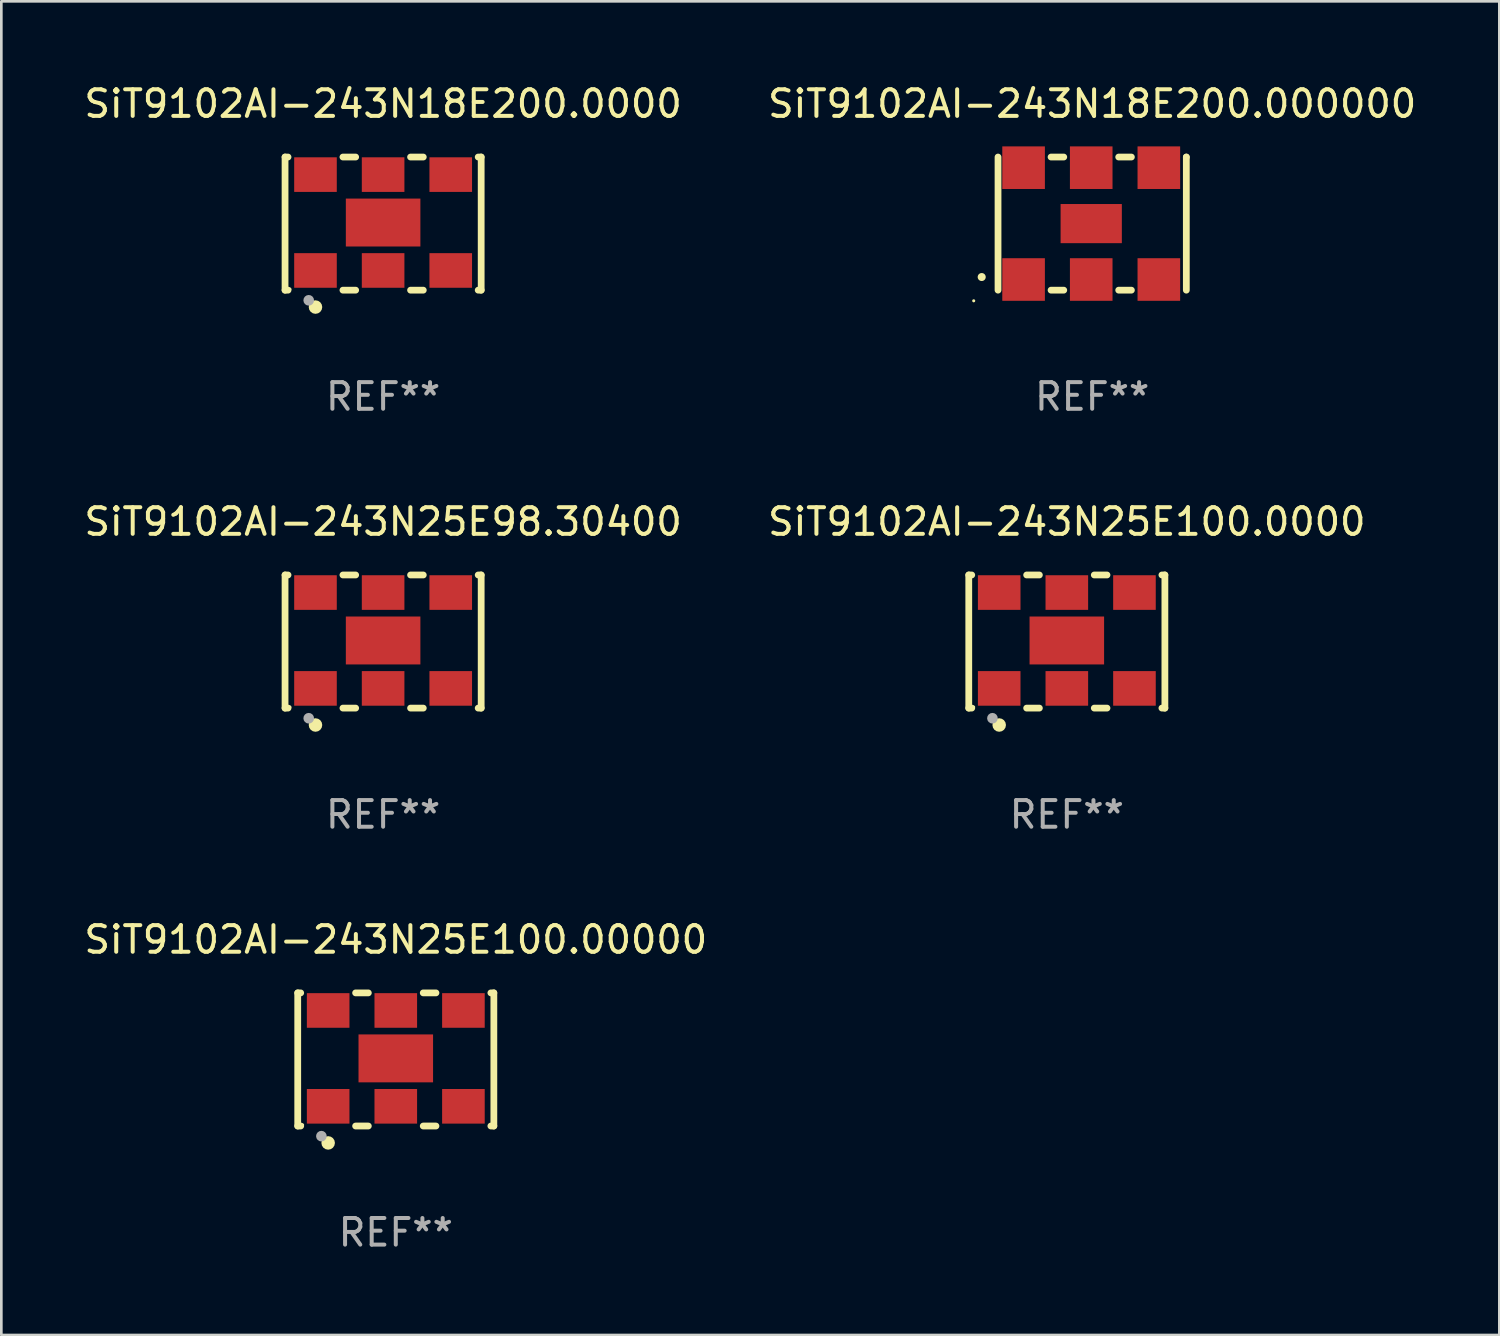
<source format=kicad_pcb>
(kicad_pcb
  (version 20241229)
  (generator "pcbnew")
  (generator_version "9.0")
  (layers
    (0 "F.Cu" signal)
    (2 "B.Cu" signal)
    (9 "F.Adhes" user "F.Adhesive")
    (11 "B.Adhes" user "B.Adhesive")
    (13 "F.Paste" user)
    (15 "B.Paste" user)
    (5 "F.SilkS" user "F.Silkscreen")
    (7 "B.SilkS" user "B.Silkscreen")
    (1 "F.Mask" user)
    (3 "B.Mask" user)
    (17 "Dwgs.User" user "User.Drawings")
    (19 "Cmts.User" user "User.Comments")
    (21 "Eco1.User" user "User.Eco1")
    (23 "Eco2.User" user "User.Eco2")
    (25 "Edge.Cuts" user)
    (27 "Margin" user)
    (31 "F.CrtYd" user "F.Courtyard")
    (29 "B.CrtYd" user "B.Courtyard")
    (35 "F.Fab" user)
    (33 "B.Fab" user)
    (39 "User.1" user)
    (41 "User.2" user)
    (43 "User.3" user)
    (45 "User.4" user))
  (footprint "SiT9102AI-243N25E100.0000"
    (layer "F.Cu")
    (at 37.018 21.045)
    (property "Reference" "SiT9102AI-243N25E100.0000" (at 0 -4.5 0) (layer "F.SilkS") (effects (font (size 1 1) (thickness 0.15))))
    (attr through_hole)
    (fp_line (start -3.683 -2.5) (end -3.571 -2.5) (stroke (width 0.254) (type solid)) (layer "F.SilkS"))
    (fp_line (start -3.683 2.5) (end -3.683 -2.5) (stroke (width 0.254) (type solid)) (layer "F.SilkS"))
    (fp_line (start -3.683 2.5) (end -3.571 2.5) (stroke (width 0.254) (type solid)) (layer "F.SilkS"))
    (fp_line (start -1.509 -2.5) (end -1.031 -2.5) (stroke (width 0.254) (type solid)) (layer "F.SilkS"))
    (fp_line (start -1.509 2.5) (end -1.031 2.5) (stroke (width 0.254) (type solid)) (layer "F.SilkS"))
    (fp_line (start 1.031 -2.5) (end 1.509 -2.5) (stroke (width 0.254) (type solid)) (layer "F.SilkS"))
    (fp_line (start 1.031 2.5) (end 1.509 2.5) (stroke (width 0.254) (type solid)) (layer "F.SilkS"))
    (fp_line (start 3.571 -2.5) (end 3.683 -2.5) (stroke (width 0.254) (type solid)) (layer "F.SilkS"))
    (fp_line (start 3.571 2.5) (end 3.683 2.5) (stroke (width 0.254) (type solid)) (layer "F.SilkS"))
    (fp_line (start 3.683 2.5) (end 3.683 -2.5) (stroke (width 0.254) (type solid)) (layer "F.SilkS"))
    (fp_circle (center -3.5 2.46) (end -3.47 2.46) (stroke (width 0.06) (type solid)) (fill no) (layer "F.SilkS"))
    (fp_circle (center -2.54 3.135) (end -2.413 3.135) (stroke (width 0.254) (type solid)) (fill no) (layer "F.SilkS"))
    (fp_circle (center -2.794 2.881) (end -2.694 2.881) (stroke (width 0.2) (type solid)) (fill no) (layer "F.Fab"))
    (fp_text user "REF**" (at 0 6.5 0) (layer "F.Fab") (effects (font (size 1 1) (thickness 0.15))))
    (pad "1" smd rect (at -2.54 1.76) (size 1.6 1.3) (layers "F.Cu" "F.Mask" "F.Paste"))
    (pad "2" smd rect (at 0 1.76) (size 1.6 1.3) (layers "F.Cu" "F.Mask" "F.Paste"))
    (pad "3" smd rect (at 2.54 1.76) (size 1.6 1.3) (layers "F.Cu" "F.Mask" "F.Paste"))
    (pad "4" smd rect (at 2.54 -1.84) (size 1.6 1.3) (layers "F.Cu" "F.Mask" "F.Paste"))
    (pad "5" smd rect (at 0 -1.84) (size 1.6 1.3) (layers "F.Cu" "F.Mask" "F.Paste"))
    (pad "6" smd rect (at -2.54 -1.84) (size 1.6 1.3) (layers "F.Cu" "F.Mask" "F.Paste"))
    (pad "7" smd rect (at 0 -0.04) (size 2.8 1.8) (layers "F.Cu" "F.Mask" "F.Paste")))
  (footprint "SiT9102AI-243N18E200.000000"
    (layer "F.Cu")
    (at 37.97 5.348)
    (property "Reference" "SiT9102AI-243N18E200.000000" (at 0 -4.5 0) (layer "F.SilkS") (effects (font (size 1 1) (thickness 0.15))))
    (attr through_hole)
    (fp_line (start -3.536 -2.5) (end -3.536 2.5) (stroke (width 0.254) (type solid)) (layer "F.SilkS"))
    (fp_line (start -1.544 2.5) (end -1.067 2.5) (stroke (width 0.254) (type solid)) (layer "F.SilkS"))
    (fp_line (start -1.067 -2.5) (end -1.544 -2.5) (stroke (width 0.254) (type solid)) (layer "F.SilkS"))
    (fp_line (start 0.996 2.5) (end 1.473 2.5) (stroke (width 0.254) (type solid)) (layer "F.SilkS"))
    (fp_line (start 1.473 -2.5) (end 0.996 -2.5) (stroke (width 0.254) (type solid)) (layer "F.SilkS"))
    (fp_line (start 3.536 -2.5) (end 3.536 -2.5) (stroke (width 0.254) (type solid)) (layer "F.SilkS"))
    (fp_line (start 3.536 2.5) (end 3.536 -2.5) (stroke (width 0.254) (type solid)) (layer "F.SilkS"))
    (fp_arc (start -4.150432 2.006604) (mid -4.149162 2.006599) (end -4.147892 2.006604) (stroke (width 0.3) (type solid)) (layer "F.SilkS"))
    (fp_circle (center -4.449 2.9) (end -4.419 2.9) (stroke (width 0.06) (type solid)) (fill no) (layer "F.SilkS"))
    (fp_text user "REF**" (at 0 6.5 0) (layer "F.Fab") (effects (font (size 1 1) (thickness 0.15))))
    (pad "1" smd rect (at -2.576 2.1) (size 1.6 1.6) (layers "F.Cu" "F.Mask" "F.Paste"))
    (pad "2" smd rect (at -0.036 2.1) (size 1.6 1.6) (layers "F.Cu" "F.Mask" "F.Paste"))
    (pad "3" smd rect (at 2.504 2.1) (size 1.6 1.6) (layers "F.Cu" "F.Mask" "F.Paste"))
    (pad "4" smd rect (at 2.504 -2.1) (size 1.6 1.6) (layers "F.Cu" "F.Mask" "F.Paste"))
    (pad "5" smd rect (at -0.036 -2.1) (size 1.6 1.6) (layers "F.Cu" "F.Mask" "F.Paste"))
    (pad "6" smd rect (at -2.576 -2.1) (size 1.6 1.6) (layers "F.Cu" "F.Mask" "F.Paste"))
    (pad "7" smd rect (at -0.036 0) (size 2.3 1.47) (layers "F.Cu" "F.Mask" "F.Paste")))
  (footprint "SiT9102AI-243N25E98.30400"
    (layer "F.Cu")
    (at 11.339 21.045)
    (property "Reference" "SiT9102AI-243N25E98.30400" (at 0 -4.5 0) (layer "F.SilkS") (effects (font (size 1 1) (thickness 0.15))))
    (attr through_hole)
    (fp_line (start -3.683 -2.5) (end -3.571 -2.5) (stroke (width 0.254) (type solid)) (layer "F.SilkS"))
    (fp_line (start -3.683 2.5) (end -3.683 -2.5) (stroke (width 0.254) (type solid)) (layer "F.SilkS"))
    (fp_line (start -3.683 2.5) (end -3.571 2.5) (stroke (width 0.254) (type solid)) (layer "F.SilkS"))
    (fp_line (start -1.509 -2.5) (end -1.031 -2.5) (stroke (width 0.254) (type solid)) (layer "F.SilkS"))
    (fp_line (start -1.509 2.5) (end -1.031 2.5) (stroke (width 0.254) (type solid)) (layer "F.SilkS"))
    (fp_line (start 1.031 -2.5) (end 1.509 -2.5) (stroke (width 0.254) (type solid)) (layer "F.SilkS"))
    (fp_line (start 1.031 2.5) (end 1.509 2.5) (stroke (width 0.254) (type solid)) (layer "F.SilkS"))
    (fp_line (start 3.571 -2.5) (end 3.683 -2.5) (stroke (width 0.254) (type solid)) (layer "F.SilkS"))
    (fp_line (start 3.571 2.5) (end 3.683 2.5) (stroke (width 0.254) (type solid)) (layer "F.SilkS"))
    (fp_line (start 3.683 2.5) (end 3.683 -2.5) (stroke (width 0.254) (type solid)) (layer "F.SilkS"))
    (fp_circle (center -3.5 2.46) (end -3.47 2.46) (stroke (width 0.06) (type solid)) (fill no) (layer "F.SilkS"))
    (fp_circle (center -2.54 3.135) (end -2.413 3.135) (stroke (width 0.254) (type solid)) (fill no) (layer "F.SilkS"))
    (fp_circle (center -2.794 2.881) (end -2.694 2.881) (stroke (width 0.2) (type solid)) (fill no) (layer "F.Fab"))
    (fp_text user "REF**" (at 0 6.5 0) (layer "F.Fab") (effects (font (size 1 1) (thickness 0.15))))
    (pad "1" smd rect (at -2.54 1.76) (size 1.6 1.3) (layers "F.Cu" "F.Mask" "F.Paste"))
    (pad "2" smd rect (at 0 1.76) (size 1.6 1.3) (layers "F.Cu" "F.Mask" "F.Paste"))
    (pad "3" smd rect (at 2.54 1.76) (size 1.6 1.3) (layers "F.Cu" "F.Mask" "F.Paste"))
    (pad "4" smd rect (at 2.54 -1.84) (size 1.6 1.3) (layers "F.Cu" "F.Mask" "F.Paste"))
    (pad "5" smd rect (at 0 -1.84) (size 1.6 1.3) (layers "F.Cu" "F.Mask" "F.Paste"))
    (pad "6" smd rect (at -2.54 -1.84) (size 1.6 1.3) (layers "F.Cu" "F.Mask" "F.Paste"))
    (pad "7" smd rect (at 0 -0.04) (size 2.8 1.8) (layers "F.Cu" "F.Mask" "F.Paste")))
  (footprint "SiT9102AI-243N18E200.0000"
    (layer "F.Cu")
    (at 11.339 5.348)
    (property "Reference" "SiT9102AI-243N18E200.0000" (at 0 -4.5 0) (layer "F.SilkS") (effects (font (size 1 1) (thickness 0.15))))
    (attr through_hole)
    (fp_line (start -3.683 -2.5) (end -3.571 -2.5) (stroke (width 0.254) (type solid)) (layer "F.SilkS"))
    (fp_line (start -3.683 2.5) (end -3.683 -2.5) (stroke (width 0.254) (type solid)) (layer "F.SilkS"))
    (fp_line (start -3.683 2.5) (end -3.571 2.5) (stroke (width 0.254) (type solid)) (layer "F.SilkS"))
    (fp_line (start -1.509 -2.5) (end -1.031 -2.5) (stroke (width 0.254) (type solid)) (layer "F.SilkS"))
    (fp_line (start -1.509 2.5) (end -1.031 2.5) (stroke (width 0.254) (type solid)) (layer "F.SilkS"))
    (fp_line (start 1.031 -2.5) (end 1.509 -2.5) (stroke (width 0.254) (type solid)) (layer "F.SilkS"))
    (fp_line (start 1.031 2.5) (end 1.509 2.5) (stroke (width 0.254) (type solid)) (layer "F.SilkS"))
    (fp_line (start 3.571 -2.5) (end 3.683 -2.5) (stroke (width 0.254) (type solid)) (layer "F.SilkS"))
    (fp_line (start 3.571 2.5) (end 3.683 2.5) (stroke (width 0.254) (type solid)) (layer "F.SilkS"))
    (fp_line (start 3.683 2.5) (end 3.683 -2.5) (stroke (width 0.254) (type solid)) (layer "F.SilkS"))
    (fp_circle (center -3.5 2.46) (end -3.47 2.46) (stroke (width 0.06) (type solid)) (fill no) (layer "F.SilkS"))
    (fp_circle (center -2.54 3.135) (end -2.413 3.135) (stroke (width 0.254) (type solid)) (fill no) (layer "F.SilkS"))
    (fp_circle (center -2.794 2.881) (end -2.694 2.881) (stroke (width 0.2) (type solid)) (fill no) (layer "F.Fab"))
    (fp_text user "REF**" (at 0 6.5 0) (layer "F.Fab") (effects (font (size 1 1) (thickness 0.15))))
    (pad "1" smd rect (at -2.54 1.76) (size 1.6 1.3) (layers "F.Cu" "F.Mask" "F.Paste"))
    (pad "2" smd rect (at 0 1.76) (size 1.6 1.3) (layers "F.Cu" "F.Mask" "F.Paste"))
    (pad "3" smd rect (at 2.54 1.76) (size 1.6 1.3) (layers "F.Cu" "F.Mask" "F.Paste"))
    (pad "4" smd rect (at 2.54 -1.84) (size 1.6 1.3) (layers "F.Cu" "F.Mask" "F.Paste"))
    (pad "5" smd rect (at 0 -1.84) (size 1.6 1.3) (layers "F.Cu" "F.Mask" "F.Paste"))
    (pad "6" smd rect (at -2.54 -1.84) (size 1.6 1.3) (layers "F.Cu" "F.Mask" "F.Paste"))
    (pad "7" smd rect (at 0 -0.04) (size 2.8 1.8) (layers "F.Cu" "F.Mask" "F.Paste")))
  (footprint "SiT9102AI-243N25E100.00000"
    (layer "F.Cu")
    (at 11.815 36.741)
    (property "Reference" "SiT9102AI-243N25E100.00000" (at 0 -4.5 0) (layer "F.SilkS") (effects (font (size 1 1) (thickness 0.15))))
    (attr through_hole)
    (fp_line (start -3.683 -2.5) (end -3.571 -2.5) (stroke (width 0.254) (type solid)) (layer "F.SilkS"))
    (fp_line (start -3.683 2.5) (end -3.683 -2.5) (stroke (width 0.254) (type solid)) (layer "F.SilkS"))
    (fp_line (start -3.683 2.5) (end -3.571 2.5) (stroke (width 0.254) (type solid)) (layer "F.SilkS"))
    (fp_line (start -1.509 -2.5) (end -1.031 -2.5) (stroke (width 0.254) (type solid)) (layer "F.SilkS"))
    (fp_line (start -1.509 2.5) (end -1.031 2.5) (stroke (width 0.254) (type solid)) (layer "F.SilkS"))
    (fp_line (start 1.031 -2.5) (end 1.509 -2.5) (stroke (width 0.254) (type solid)) (layer "F.SilkS"))
    (fp_line (start 1.031 2.5) (end 1.509 2.5) (stroke (width 0.254) (type solid)) (layer "F.SilkS"))
    (fp_line (start 3.571 -2.5) (end 3.683 -2.5) (stroke (width 0.254) (type solid)) (layer "F.SilkS"))
    (fp_line (start 3.571 2.5) (end 3.683 2.5) (stroke (width 0.254) (type solid)) (layer "F.SilkS"))
    (fp_line (start 3.683 2.5) (end 3.683 -2.5) (stroke (width 0.254) (type solid)) (layer "F.SilkS"))
    (fp_circle (center -3.5 2.46) (end -3.47 2.46) (stroke (width 0.06) (type solid)) (fill no) (layer "F.SilkS"))
    (fp_circle (center -2.54 3.135) (end -2.413 3.135) (stroke (width 0.254) (type solid)) (fill no) (layer "F.SilkS"))
    (fp_circle (center -2.794 2.881) (end -2.694 2.881) (stroke (width 0.2) (type solid)) (fill no) (layer "F.Fab"))
    (fp_text user "REF**" (at 0 6.5 0) (layer "F.Fab") (effects (font (size 1 1) (thickness 0.15))))
    (pad "1" smd rect (at -2.54 1.76) (size 1.6 1.3) (layers "F.Cu" "F.Mask" "F.Paste"))
    (pad "2" smd rect (at 0 1.76) (size 1.6 1.3) (layers "F.Cu" "F.Mask" "F.Paste"))
    (pad "3" smd rect (at 2.54 1.76) (size 1.6 1.3) (layers "F.Cu" "F.Mask" "F.Paste"))
    (pad "4" smd rect (at 2.54 -1.84) (size 1.6 1.3) (layers "F.Cu" "F.Mask" "F.Paste"))
    (pad "5" smd rect (at 0 -1.84) (size 1.6 1.3) (layers "F.Cu" "F.Mask" "F.Paste"))
    (pad "6" smd rect (at -2.54 -1.84) (size 1.6 1.3) (layers "F.Cu" "F.Mask" "F.Paste"))
    (pad "7" smd rect (at 0 -0.04) (size 2.8 1.8) (layers "F.Cu" "F.Mask" "F.Paste")))
  (gr_rect
    (start -3 -3)
    (end 53.262 47.09)
    (stroke (width 0.1) (type default))
    (fill no)
    (layer "Edge.Cuts")))
</source>
